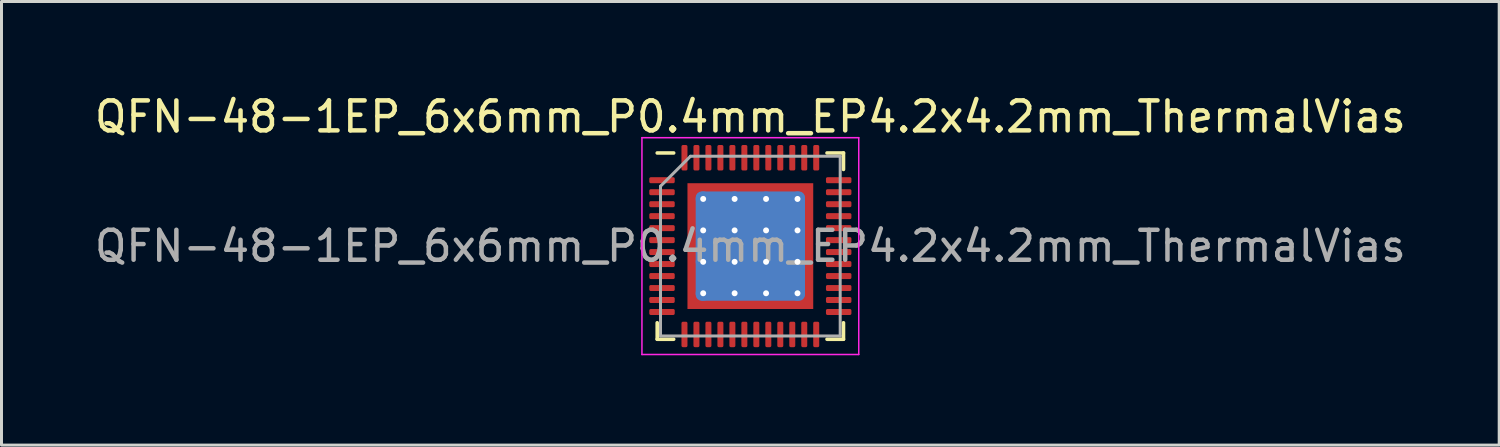
<source format=kicad_pcb>
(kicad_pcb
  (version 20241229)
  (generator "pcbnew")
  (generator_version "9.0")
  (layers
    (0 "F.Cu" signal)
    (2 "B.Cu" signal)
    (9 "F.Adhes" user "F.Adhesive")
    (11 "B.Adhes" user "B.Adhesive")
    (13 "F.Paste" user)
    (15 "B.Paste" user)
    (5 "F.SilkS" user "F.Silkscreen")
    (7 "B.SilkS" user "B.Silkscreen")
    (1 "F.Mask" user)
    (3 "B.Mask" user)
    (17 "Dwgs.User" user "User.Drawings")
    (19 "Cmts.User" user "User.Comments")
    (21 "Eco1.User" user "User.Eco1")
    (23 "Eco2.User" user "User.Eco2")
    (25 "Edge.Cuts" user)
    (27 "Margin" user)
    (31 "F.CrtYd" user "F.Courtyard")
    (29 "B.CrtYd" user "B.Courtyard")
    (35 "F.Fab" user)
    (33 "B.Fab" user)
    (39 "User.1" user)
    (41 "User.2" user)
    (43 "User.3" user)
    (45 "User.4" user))
  (footprint "QFN-48-1EP_6x6mm_P0.4mm_EP4.2x4.2mm_ThermalVias"
    (layer "F.Cu")
    (at 22.006 5.168)
    (property "Reference" "QFN-48-1EP_6x6mm_P0.4mm_EP4.2x4.2mm_ThermalVias" (at 0 -4.32 0) (layer "F.SilkS") (effects (font (size 1 1) (thickness 0.15))))
    (attr smd)
    (fp_line (start -3.11 3.11) (end -3.11 2.56) (stroke (width 0.12) (type solid)) (layer "F.SilkS"))
    (fp_line (start -2.56 -3.11) (end -3.11 -3.11) (stroke (width 0.12) (type solid)) (layer "F.SilkS"))
    (fp_line (start -2.56 3.11) (end -3.11 3.11) (stroke (width 0.12) (type solid)) (layer "F.SilkS"))
    (fp_line (start 2.56 -3.11) (end 3.11 -3.11) (stroke (width 0.12) (type solid)) (layer "F.SilkS"))
    (fp_line (start 2.56 3.11) (end 3.11 3.11) (stroke (width 0.12) (type solid)) (layer "F.SilkS"))
    (fp_line (start 3.11 -3.11) (end 3.11 -2.56) (stroke (width 0.12) (type solid)) (layer "F.SilkS"))
    (fp_line (start 3.11 3.11) (end 3.11 2.56) (stroke (width 0.12) (type solid)) (layer "F.SilkS"))
    (fp_line (start -3.62 -3.62) (end -3.62 3.62) (stroke (width 0.05) (type solid)) (layer "F.CrtYd"))
    (fp_line (start -3.62 3.62) (end 3.62 3.62) (stroke (width 0.05) (type solid)) (layer "F.CrtYd"))
    (fp_line (start 3.62 -3.62) (end -3.62 -3.62) (stroke (width 0.05) (type solid)) (layer "F.CrtYd"))
    (fp_line (start 3.62 3.62) (end 3.62 -3.62) (stroke (width 0.05) (type solid)) (layer "F.CrtYd"))
    (fp_line (start -3 -2) (end -2 -3) (stroke (width 0.1) (type solid)) (layer "F.Fab"))
    (fp_line (start -3 3) (end -3 -2) (stroke (width 0.1) (type solid)) (layer "F.Fab"))
    (fp_line (start -2 -3) (end 3 -3) (stroke (width 0.1) (type solid)) (layer "F.Fab"))
    (fp_line (start 3 -3) (end 3 3) (stroke (width 0.1) (type solid)) (layer "F.Fab"))
    (fp_line (start 3 3) (end -3 3) (stroke (width 0.1) (type solid)) (layer "F.Fab"))
    (fp_text user "${REFERENCE}" (at 0 0 0) (layer "F.Fab") (effects (font (size 1 1) (thickness 0.15))))
    (pad "" smd custom (at -1.837 -1.837) (size 0.295 0.295) (layers "F.Paste") (options (anchor circle)) (primitives (gr_poly (pts (xy 0.106 -0.013) (xy -0.013 0.106) (xy -0.106 0.106) (xy -0.106 -0.106) (xy 0.106 -0.106)) (width 0.212) (fill yes))))
    (pad "" smd custom (at -1.837 -1.05) (size 0.331 0.331) (layers "F.Paste") (options (anchor circle)) (primitives (gr_poly (pts (xy 0.12 -0.255) (xy 0.12 0.255) (xy 0.043 0.331) (xy -0.12 0.331) (xy -0.12 -0.331) (xy 0.043 -0.331)) (width 0.184) (fill yes))))
    (pad "" smd custom (at -1.837 0) (size 0.331 0.331) (layers "F.Paste") (options (anchor circle)) (primitives (gr_poly (pts (xy 0.12 -0.255) (xy 0.12 0.255) (xy 0.043 0.331) (xy -0.12 0.331) (xy -0.12 -0.331) (xy 0.043 -0.331)) (width 0.184) (fill yes))))
    (pad "" smd custom (at -1.837 1.05) (size 0.331 0.331) (layers "F.Paste") (options (anchor circle)) (primitives (gr_poly (pts (xy 0.12 -0.255) (xy 0.12 0.255) (xy 0.043 0.331) (xy -0.12 0.331) (xy -0.12 -0.331) (xy 0.043 -0.331)) (width 0.184) (fill yes))))
    (pad "" smd custom (at -1.837 1.837) (size 0.295 0.295) (layers "F.Paste") (options (anchor circle)) (primitives (gr_poly (pts (xy 0.106 0.013) (xy 0.106 0.106) (xy -0.106 0.106) (xy -0.106 -0.106) (xy -0.013 -0.106)) (width 0.212) (fill yes))))
    (pad "" smd custom (at -1.05 -1.837) (size 0.331 0.331) (layers "F.Paste") (options (anchor circle)) (primitives (gr_poly (pts (xy 0.331 0.043) (xy 0.255 0.12) (xy -0.255 0.12) (xy -0.331 0.043) (xy -0.331 -0.12) (xy 0.331 -0.12)) (width 0.184) (fill yes))))
    (pad "" smd roundrect (at -1.05 -1.05) (size 0.847 0.847) (layers "F.Paste") (roundrect_rratio 0.25))
    (pad "" smd roundrect (at -1.05 0) (size 0.847 0.847) (layers "F.Paste") (roundrect_rratio 0.25))
    (pad "" smd roundrect (at -1.05 1.05) (size 0.847 0.847) (layers "F.Paste") (roundrect_rratio 0.25))
    (pad "" smd custom (at -1.05 1.837) (size 0.331 0.331) (layers "F.Paste") (options (anchor circle)) (primitives (gr_poly (pts (xy 0.331 -0.043) (xy 0.331 0.12) (xy -0.331 0.12) (xy -0.331 -0.043) (xy -0.255 -0.12) (xy 0.255 -0.12)) (width 0.184) (fill yes))))
    (pad "" smd custom (at 0 -1.837) (size 0.331 0.331) (layers "F.Paste") (options (anchor circle)) (primitives (gr_poly (pts (xy 0.331 0.043) (xy 0.255 0.12) (xy -0.255 0.12) (xy -0.331 0.043) (xy -0.331 -0.12) (xy 0.331 -0.12)) (width 0.184) (fill yes))))
    (pad "" smd roundrect (at 0 -1.05) (size 0.847 0.847) (layers "F.Paste") (roundrect_rratio 0.25))
    (pad "" smd roundrect (at 0 0) (size 0.847 0.847) (layers "F.Paste") (roundrect_rratio 0.25))
    (pad "" smd roundrect (at 0 1.05) (size 0.847 0.847) (layers "F.Paste") (roundrect_rratio 0.25))
    (pad "" smd custom (at 0 1.837) (size 0.331 0.331) (layers "F.Paste") (options (anchor circle)) (primitives (gr_poly (pts (xy 0.331 -0.043) (xy 0.331 0.12) (xy -0.331 0.12) (xy -0.331 -0.043) (xy -0.255 -0.12) (xy 0.255 -0.12)) (width 0.184) (fill yes))))
    (pad "" smd custom (at 1.05 -1.837) (size 0.331 0.331) (layers "F.Paste") (options (anchor circle)) (primitives (gr_poly (pts (xy 0.331 0.043) (xy 0.255 0.12) (xy -0.255 0.12) (xy -0.331 0.043) (xy -0.331 -0.12) (xy 0.331 -0.12)) (width 0.184) (fill yes))))
    (pad "" smd roundrect (at 1.05 -1.05) (size 0.847 0.847) (layers "F.Paste") (roundrect_rratio 0.25))
    (pad "" smd roundrect (at 1.05 0) (size 0.847 0.847) (layers "F.Paste") (roundrect_rratio 0.25))
    (pad "" smd roundrect (at 1.05 1.05) (size 0.847 0.847) (layers "F.Paste") (roundrect_rratio 0.25))
    (pad "" smd custom (at 1.05 1.837) (size 0.331 0.331) (layers "F.Paste") (options (anchor circle)) (primitives (gr_poly (pts (xy 0.331 -0.043) (xy 0.331 0.12) (xy -0.331 0.12) (xy -0.331 -0.043) (xy -0.255 -0.12) (xy 0.255 -0.12)) (width 0.184) (fill yes))))
    (pad "" smd custom (at 1.837 -1.837) (size 0.295 0.295) (layers "F.Paste") (options (anchor circle)) (primitives (gr_poly (pts (xy 0.106 0.106) (xy 0.013 0.106) (xy -0.106 -0.013) (xy -0.106 -0.106) (xy 0.106 -0.106)) (width 0.212) (fill yes))))
    (pad "" smd custom (at 1.837 -1.05) (size 0.331 0.331) (layers "F.Paste") (options (anchor circle)) (primitives (gr_poly (pts (xy 0.12 0.331) (xy -0.043 0.331) (xy -0.12 0.255) (xy -0.12 -0.255) (xy -0.043 -0.331) (xy 0.12 -0.331)) (width 0.184) (fill yes))))
    (pad "" smd custom (at 1.837 0) (size 0.331 0.331) (layers "F.Paste") (options (anchor circle)) (primitives (gr_poly (pts (xy 0.12 0.331) (xy -0.043 0.331) (xy -0.12 0.255) (xy -0.12 -0.255) (xy -0.043 -0.331) (xy 0.12 -0.331)) (width 0.184) (fill yes))))
    (pad "" smd custom (at 1.837 1.05) (size 0.331 0.331) (layers "F.Paste") (options (anchor circle)) (primitives (gr_poly (pts (xy 0.12 0.331) (xy -0.043 0.331) (xy -0.12 0.255) (xy -0.12 -0.255) (xy -0.043 -0.331) (xy 0.12 -0.331)) (width 0.184) (fill yes))))
    (pad "" smd custom (at 1.837 1.837) (size 0.295 0.295) (layers "F.Paste") (options (anchor circle)) (primitives (gr_poly (pts (xy 0.106 0.106) (xy -0.106 0.106) (xy -0.106 0.013) (xy 0.013 -0.106) (xy 0.106 -0.106)) (width 0.212) (fill yes))))
    (pad "1" smd roundrect (at -2.95 -2.2) (size 0.85 0.2) (layers "F.Cu" "F.Mask" "F.Paste") (roundrect_rratio 0.25))
    (pad "2" smd roundrect (at -2.95 -1.8) (size 0.85 0.2) (layers "F.Cu" "F.Mask" "F.Paste") (roundrect_rratio 0.25))
    (pad "3" smd roundrect (at -2.95 -1.4) (size 0.85 0.2) (layers "F.Cu" "F.Mask" "F.Paste") (roundrect_rratio 0.25))
    (pad "4" smd roundrect (at -2.95 -1) (size 0.85 0.2) (layers "F.Cu" "F.Mask" "F.Paste") (roundrect_rratio 0.25))
    (pad "5" smd roundrect (at -2.95 -0.6) (size 0.85 0.2) (layers "F.Cu" "F.Mask" "F.Paste") (roundrect_rratio 0.25))
    (pad "6" smd roundrect (at -2.95 -0.2) (size 0.85 0.2) (layers "F.Cu" "F.Mask" "F.Paste") (roundrect_rratio 0.25))
    (pad "7" smd roundrect (at -2.95 0.2) (size 0.85 0.2) (layers "F.Cu" "F.Mask" "F.Paste") (roundrect_rratio 0.25))
    (pad "8" smd roundrect (at -2.95 0.6) (size 0.85 0.2) (layers "F.Cu" "F.Mask" "F.Paste") (roundrect_rratio 0.25))
    (pad "9" smd roundrect (at -2.95 1) (size 0.85 0.2) (layers "F.Cu" "F.Mask" "F.Paste") (roundrect_rratio 0.25))
    (pad "10" smd roundrect (at -2.95 1.4) (size 0.85 0.2) (layers "F.Cu" "F.Mask" "F.Paste") (roundrect_rratio 0.25))
    (pad "11" smd roundrect (at -2.95 1.8) (size 0.85 0.2) (layers "F.Cu" "F.Mask" "F.Paste") (roundrect_rratio 0.25))
    (pad "12" smd roundrect (at -2.95 2.2) (size 0.85 0.2) (layers "F.Cu" "F.Mask" "F.Paste") (roundrect_rratio 0.25))
    (pad "13" smd roundrect (at -2.2 2.95) (size 0.2 0.85) (layers "F.Cu" "F.Mask" "F.Paste") (roundrect_rratio 0.25))
    (pad "14" smd roundrect (at -1.8 2.95) (size 0.2 0.85) (layers "F.Cu" "F.Mask" "F.Paste") (roundrect_rratio 0.25))
    (pad "15" smd roundrect (at -1.4 2.95) (size 0.2 0.85) (layers "F.Cu" "F.Mask" "F.Paste") (roundrect_rratio 0.25))
    (pad "16" smd roundrect (at -1 2.95) (size 0.2 0.85) (layers "F.Cu" "F.Mask" "F.Paste") (roundrect_rratio 0.25))
    (pad "17" smd roundrect (at -0.6 2.95) (size 0.2 0.85) (layers "F.Cu" "F.Mask" "F.Paste") (roundrect_rratio 0.25))
    (pad "18" smd roundrect (at -0.2 2.95) (size 0.2 0.85) (layers "F.Cu" "F.Mask" "F.Paste") (roundrect_rratio 0.25))
    (pad "19" smd roundrect (at 0.2 2.95) (size 0.2 0.85) (layers "F.Cu" "F.Mask" "F.Paste") (roundrect_rratio 0.25))
    (pad "20" smd roundrect (at 0.6 2.95) (size 0.2 0.85) (layers "F.Cu" "F.Mask" "F.Paste") (roundrect_rratio 0.25))
    (pad "21" smd roundrect (at 1 2.95) (size 0.2 0.85) (layers "F.Cu" "F.Mask" "F.Paste") (roundrect_rratio 0.25))
    (pad "22" smd roundrect (at 1.4 2.95) (size 0.2 0.85) (layers "F.Cu" "F.Mask" "F.Paste") (roundrect_rratio 0.25))
    (pad "23" smd roundrect (at 1.8 2.95) (size 0.2 0.85) (layers "F.Cu" "F.Mask" "F.Paste") (roundrect_rratio 0.25))
    (pad "24" smd roundrect (at 2.2 2.95) (size 0.2 0.85) (layers "F.Cu" "F.Mask" "F.Paste") (roundrect_rratio 0.25))
    (pad "25" smd roundrect (at 2.95 2.2) (size 0.85 0.2) (layers "F.Cu" "F.Mask" "F.Paste") (roundrect_rratio 0.25))
    (pad "26" smd roundrect (at 2.95 1.8) (size 0.85 0.2) (layers "F.Cu" "F.Mask" "F.Paste") (roundrect_rratio 0.25))
    (pad "27" smd roundrect (at 2.95 1.4) (size 0.85 0.2) (layers "F.Cu" "F.Mask" "F.Paste") (roundrect_rratio 0.25))
    (pad "28" smd roundrect (at 2.95 1) (size 0.85 0.2) (layers "F.Cu" "F.Mask" "F.Paste") (roundrect_rratio 0.25))
    (pad "29" smd roundrect (at 2.95 0.6) (size 0.85 0.2) (layers "F.Cu" "F.Mask" "F.Paste") (roundrect_rratio 0.25))
    (pad "30" smd roundrect (at 2.95 0.2) (size 0.85 0.2) (layers "F.Cu" "F.Mask" "F.Paste") (roundrect_rratio 0.25))
    (pad "31" smd roundrect (at 2.95 -0.2) (size 0.85 0.2) (layers "F.Cu" "F.Mask" "F.Paste") (roundrect_rratio 0.25))
    (pad "32" smd roundrect (at 2.95 -0.6) (size 0.85 0.2) (layers "F.Cu" "F.Mask" "F.Paste") (roundrect_rratio 0.25))
    (pad "33" smd roundrect (at 2.95 -1) (size 0.85 0.2) (layers "F.Cu" "F.Mask" "F.Paste") (roundrect_rratio 0.25))
    (pad "34" smd roundrect (at 2.95 -1.4) (size 0.85 0.2) (layers "F.Cu" "F.Mask" "F.Paste") (roundrect_rratio 0.25))
    (pad "35" smd roundrect (at 2.95 -1.8) (size 0.85 0.2) (layers "F.Cu" "F.Mask" "F.Paste") (roundrect_rratio 0.25))
    (pad "36" smd roundrect (at 2.95 -2.2) (size 0.85 0.2) (layers "F.Cu" "F.Mask" "F.Paste") (roundrect_rratio 0.25))
    (pad "37" smd roundrect (at 2.2 -2.95) (size 0.2 0.85) (layers "F.Cu" "F.Mask" "F.Paste") (roundrect_rratio 0.25))
    (pad "38" smd roundrect (at 1.8 -2.95) (size 0.2 0.85) (layers "F.Cu" "F.Mask" "F.Paste") (roundrect_rratio 0.25))
    (pad "39" smd roundrect (at 1.4 -2.95) (size 0.2 0.85) (layers "F.Cu" "F.Mask" "F.Paste") (roundrect_rratio 0.25))
    (pad "40" smd roundrect (at 1 -2.95) (size 0.2 0.85) (layers "F.Cu" "F.Mask" "F.Paste") (roundrect_rratio 0.25))
    (pad "41" smd roundrect (at 0.6 -2.95) (size 0.2 0.85) (layers "F.Cu" "F.Mask" "F.Paste") (roundrect_rratio 0.25))
    (pad "42" smd roundrect (at 0.2 -2.95) (size 0.2 0.85) (layers "F.Cu" "F.Mask" "F.Paste") (roundrect_rratio 0.25))
    (pad "43" smd roundrect (at -0.2 -2.95) (size 0.2 0.85) (layers "F.Cu" "F.Mask" "F.Paste") (roundrect_rratio 0.25))
    (pad "44" smd roundrect (at -0.6 -2.95) (size 0.2 0.85) (layers "F.Cu" "F.Mask" "F.Paste") (roundrect_rratio 0.25))
    (pad "45" smd roundrect (at -1 -2.95) (size 0.2 0.85) (layers "F.Cu" "F.Mask" "F.Paste") (roundrect_rratio 0.25))
    (pad "46" smd roundrect (at -1.4 -2.95) (size 0.2 0.85) (layers "F.Cu" "F.Mask" "F.Paste") (roundrect_rratio 0.25))
    (pad "47" smd roundrect (at -1.8 -2.95) (size 0.2 0.85) (layers "F.Cu" "F.Mask" "F.Paste") (roundrect_rratio 0.25))
    (pad "48" smd roundrect (at -2.2 -2.95) (size 0.2 0.85) (layers "F.Cu" "F.Mask" "F.Paste") (roundrect_rratio 0.25))
    (pad "49" thru_hole circle (at -1.575 -1.575) (size 0.5 0.5) (drill 0.2) (layers "*.Cu"))
    (pad "49" thru_hole circle (at -1.575 -0.525) (size 0.5 0.5) (drill 0.2) (layers "*.Cu"))
    (pad "49" thru_hole circle (at -1.575 0.525) (size 0.5 0.5) (drill 0.2) (layers "*.Cu"))
    (pad "49" thru_hole circle (at -1.575 1.575) (size 0.5 0.5) (drill 0.2) (layers "*.Cu"))
    (pad "49" thru_hole circle (at -0.525 -1.575) (size 0.5 0.5) (drill 0.2) (layers "*.Cu"))
    (pad "49" thru_hole circle (at -0.525 -0.525) (size 0.5 0.5) (drill 0.2) (layers "*.Cu"))
    (pad "49" thru_hole circle (at -0.525 0.525) (size 0.5 0.5) (drill 0.2) (layers "*.Cu"))
    (pad "49" thru_hole circle (at -0.525 1.575) (size 0.5 0.5) (drill 0.2) (layers "*.Cu"))
    (pad "49" smd roundrect (at 0 0) (size 3.65 3.65) (layers "B.Cu" "B.Mask") (roundrect_rratio 0.055))
    (pad "49" smd rect (at 0 0) (size 4.2 4.2) (layers "F.Cu" "F.Mask"))
    (pad "49" thru_hole circle (at 0.525 -1.575) (size 0.5 0.5) (drill 0.2) (layers "*.Cu"))
    (pad "49" thru_hole circle (at 0.525 -0.525) (size 0.5 0.5) (drill 0.2) (layers "*.Cu"))
    (pad "49" thru_hole circle (at 0.525 0.525) (size 0.5 0.5) (drill 0.2) (layers "*.Cu"))
    (pad "49" thru_hole circle (at 0.525 1.575) (size 0.5 0.5) (drill 0.2) (layers "*.Cu"))
    (pad "49" thru_hole circle (at 1.575 -1.575) (size 0.5 0.5) (drill 0.2) (layers "*.Cu"))
    (pad "49" thru_hole circle (at 1.575 -0.525) (size 0.5 0.5) (drill 0.2) (layers "*.Cu"))
    (pad "49" thru_hole circle (at 1.575 0.525) (size 0.5 0.5) (drill 0.2) (layers "*.Cu"))
    (pad "49" thru_hole circle (at 1.575 1.575) (size 0.5 0.5) (drill 0.2) (layers "*.Cu")))
  (gr_rect
    (start -3 -3)
    (end 47.012 11.813)
    (stroke (width 0.1) (type default))
    (fill no)
    (layer "Edge.Cuts")))
</source>
